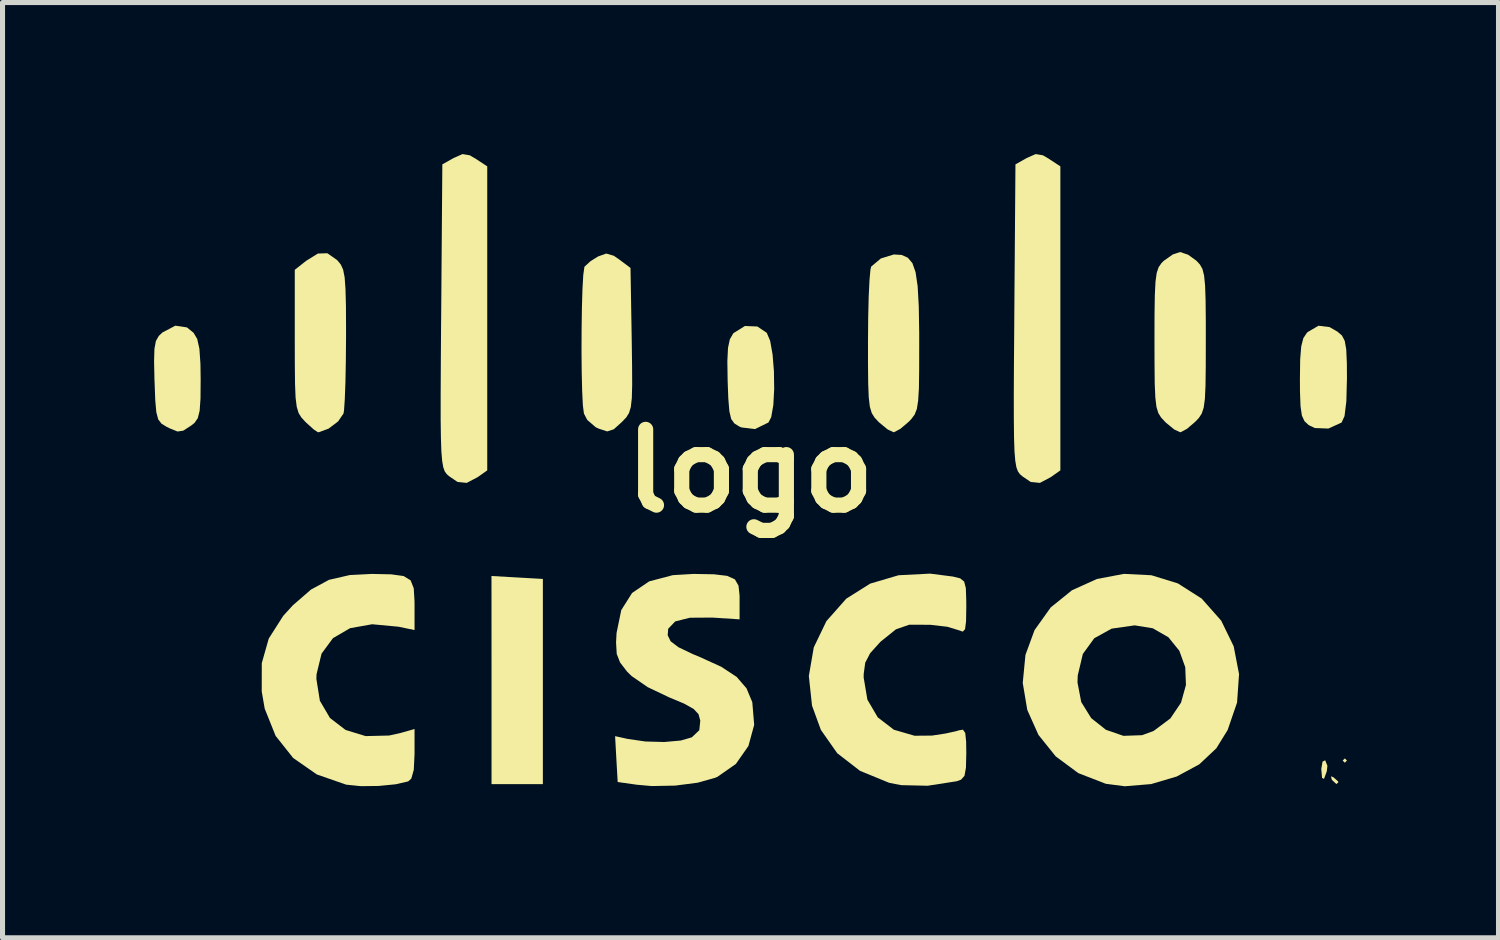
<source format=kicad_pcb>
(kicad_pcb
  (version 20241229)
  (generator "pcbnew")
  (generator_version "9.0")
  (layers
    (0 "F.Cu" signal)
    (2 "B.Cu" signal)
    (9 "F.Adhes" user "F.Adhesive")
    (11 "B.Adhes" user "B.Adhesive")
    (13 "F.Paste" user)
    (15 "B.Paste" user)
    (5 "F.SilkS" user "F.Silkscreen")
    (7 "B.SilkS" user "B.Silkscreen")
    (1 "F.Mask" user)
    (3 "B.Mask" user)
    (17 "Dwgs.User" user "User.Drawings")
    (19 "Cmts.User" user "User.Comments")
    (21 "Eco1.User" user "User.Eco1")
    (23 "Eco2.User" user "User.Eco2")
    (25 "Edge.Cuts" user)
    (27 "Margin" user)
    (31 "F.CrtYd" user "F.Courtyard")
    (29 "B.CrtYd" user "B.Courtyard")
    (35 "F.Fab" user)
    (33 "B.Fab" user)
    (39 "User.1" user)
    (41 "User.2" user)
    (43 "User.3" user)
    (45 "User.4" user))
  (footprint "logo"
    (layer "F.Cu")
    (at 11.802 6.271)
    (property "Reference" "logo" (at 0 0 0) (layer "F.SilkS") (effects (font (size 1.5 1.5) (thickness 0.3))))
    (attr board_only exclude_from_pos_files exclude_from_bom)
    (fp_poly (pts (xy 11.811 5.734) (xy 11.769 5.777) (xy 11.726 5.734) (xy 11.769 5.692)) (stroke (width 0) (type solid)) (fill yes) (layer "F.SilkS"))
    (fp_poly (pts (xy 11.544 6.066) (xy 11.634 6.145) (xy 11.642 6.164) (xy 11.601 6.199) (xy 11.518 6.121) (xy 11.507 6.103) (xy 11.497 6.045)) (stroke (width 0) (type solid)) (fill yes) (layer "F.SilkS"))
    (fp_poly (pts (xy -4.614 2.11) (xy -4.106 2.139) (xy -4.106 4.17) (xy -4.106 6.201) (xy -4.614 6.201) (xy -5.122 6.201) (xy -5.122 4.141) (xy -5.123 2.081)) (stroke (width 0) (type solid)) (fill yes) (layer "F.SilkS"))
    (fp_poly (pts (xy 11.424 5.839) (xy 11.412 5.947) (xy 11.357 6.096) (xy 11.318 6.079) (xy 11.303 5.899) (xy 11.303 5.899) (xy 11.328 5.755) (xy 11.38 5.729)) (stroke (width 0) (type solid)) (fill yes) (layer "F.SilkS"))
    (fp_poly (pts (xy -5.553 -6.247) (xy -5.428 -6.173) (xy -5.207 -6.028) (xy -5.207 -3.019) (xy -5.207 -0.01) (xy -5.395 0.123) (xy -5.613 0.238) (xy -5.795 0.219) (xy -5.962 0.106) (xy -6.009 0.064) (xy -6.048 0.01) (xy -6.077 -0.07) (xy -6.099 -0.196) (xy -6.115 -0.384) (xy -6.124 -0.652) (xy -6.129 -1.016) (xy -6.129 -1.495) (xy -6.126 -2.105) (xy -6.121 -2.864) (xy -6.119 -3.055) (xy -6.096 -6.067) (xy -5.873 -6.193) (xy -5.696 -6.271)) (stroke (width 0) (type solid)) (fill yes) (layer "F.SilkS"))
    (fp_poly (pts (xy 0.14 -2.858) (xy 0.326 -2.733) (xy 0.393 -2.575) (xy 0.441 -2.305) (xy 0.468 -1.971) (xy 0.473 -1.621) (xy 0.456 -1.302) (xy 0.414 -1.063) (xy 0.36 -0.958) (xy 0.092 -0.827) (xy -0.175 -0.86) (xy -0.221 -0.88) (xy -0.316 -0.94) (xy -0.378 -1.027) (xy -0.414 -1.178) (xy -0.435 -1.43) (xy -0.448 -1.776) (xy -0.454 -2.171) (xy -0.441 -2.435) (xy -0.405 -2.605) (xy -0.339 -2.718) (xy -0.329 -2.729) (xy -0.106 -2.868)) (stroke (width 0) (type solid)) (fill yes) (layer "F.SilkS"))
    (fp_poly (pts (xy 5.793 -6.247) (xy 5.917 -6.173) (xy 6.138 -6.028) (xy 6.138 -3.019) (xy 6.138 -0.01) (xy 5.95 0.123) (xy 5.733 0.238) (xy 5.55 0.219) (xy 5.384 0.106) (xy 5.336 0.064) (xy 5.298 0.01) (xy 5.268 -0.07) (xy 5.246 -0.196) (xy 5.23 -0.384) (xy 5.221 -0.652) (xy 5.217 -1.016) (xy 5.216 -1.495) (xy 5.219 -2.105) (xy 5.225 -2.864) (xy 5.226 -3.055) (xy 5.249 -6.067) (xy 5.472 -6.193) (xy 5.649 -6.271)) (stroke (width 0) (type solid)) (fill yes) (layer "F.SilkS"))
    (fp_poly (pts (xy 11.467 -2.846) (xy 11.623 -2.756) (xy 11.712 -2.679) (xy 11.767 -2.574) (xy 11.797 -2.404) (xy 11.809 -2.131) (xy 11.811 -1.832) (xy 11.799 -1.376) (xy 11.763 -1.085) (xy 11.705 -0.957) (xy 11.444 -0.838) (xy 11.174 -0.848) (xy 11.054 -0.906) (xy 10.971 -0.983) (xy 10.919 -1.094) (xy 10.892 -1.278) (xy 10.881 -1.573) (xy 10.88 -1.818) (xy 10.885 -2.208) (xy 10.906 -2.465) (xy 10.947 -2.626) (xy 11.016 -2.73) (xy 11.034 -2.748) (xy 11.247 -2.873)) (stroke (width 0) (type solid)) (fill yes) (layer "F.SilkS"))
    (fp_poly (pts (xy -11.151 -2.84) (xy -11.02 -2.733) (xy -10.948 -2.611) (xy -10.905 -2.417) (xy -10.884 -2.115) (xy -10.88 -1.803) (xy -10.883 -1.431) (xy -10.9 -1.19) (xy -10.937 -1.043) (xy -11.002 -0.949) (xy -11.068 -0.897) (xy -11.224 -0.796) (xy -11.338 -0.779) (xy -11.495 -0.843) (xy -11.557 -0.874) (xy -11.656 -0.935) (xy -11.72 -1.019) (xy -11.758 -1.163) (xy -11.779 -1.404) (xy -11.793 -1.778) (xy -11.794 -1.786) (xy -11.802 -2.166) (xy -11.795 -2.415) (xy -11.766 -2.571) (xy -11.709 -2.671) (xy -11.636 -2.74) (xy -11.381 -2.874)) (stroke (width 0) (type solid)) (fill yes) (layer "F.SilkS"))
    (fp_poly (pts (xy -2.701 -4.258) (xy -2.593 -4.183) (xy -2.371 -4.017) (xy -2.347 -2.601) (xy -2.34 -2.081) (xy -2.338 -1.703) (xy -2.345 -1.439) (xy -2.365 -1.262) (xy -2.401 -1.145) (xy -2.455 -1.059) (xy -2.532 -0.978) (xy -2.534 -0.975) (xy -2.703 -0.823) (xy -2.833 -0.781) (xy -3.001 -0.836) (xy -3.062 -0.865) (xy -3.228 -1.009) (xy -3.293 -1.135) (xy -3.314 -1.295) (xy -3.328 -1.578) (xy -3.337 -1.949) (xy -3.341 -2.372) (xy -3.339 -2.812) (xy -3.333 -3.234) (xy -3.322 -3.601) (xy -3.306 -3.878) (xy -3.285 -4.029) (xy -3.28 -4.044) (xy -3.161 -4.152) (xy -3.016 -4.243) (xy -2.851 -4.302)) (stroke (width 0) (type solid)) (fill yes) (layer "F.SilkS"))
    (fp_poly (pts (xy -8.182 -4.175) (xy -8.17 -4.163) (xy -8.106 -4.085) (xy -8.06 -3.984) (xy -8.03 -3.832) (xy -8.013 -3.6) (xy -8.004 -3.261) (xy -8.002 -2.786) (xy -8.002 -2.655) (xy -8.006 -2.182) (xy -8.014 -1.758) (xy -8.027 -1.418) (xy -8.042 -1.196) (xy -8.052 -1.136) (xy -8.159 -0.979) (xy -8.348 -0.836) (xy -8.541 -0.765) (xy -8.559 -0.765) (xy -8.641 -0.819) (xy -8.787 -0.951) (xy -8.809 -0.973) (xy -8.886 -1.056) (xy -8.941 -1.145) (xy -8.978 -1.267) (xy -9.001 -1.451) (xy -9.012 -1.725) (xy -9.016 -2.116) (xy -9.017 -2.581) (xy -9.017 -3.98) (xy -8.794 -4.156) (xy -8.56 -4.302) (xy -8.372 -4.308)) (stroke (width 0) (type solid)) (fill yes) (layer "F.SilkS"))
    (fp_poly (pts (xy 2.998 -4.274) (xy 3.119 -4.219) (xy 3.209 -4.112) (xy 3.272 -3.932) (xy 3.313 -3.655) (xy 3.335 -3.26) (xy 3.344 -2.726) (xy 3.344 -2.497) (xy 3.343 -1.996) (xy 3.338 -1.637) (xy 3.323 -1.39) (xy 3.297 -1.225) (xy 3.253 -1.114) (xy 3.189 -1.028) (xy 3.137 -0.973) (xy 2.971 -0.832) (xy 2.845 -0.765) (xy 2.836 -0.765) (xy 2.719 -0.82) (xy 2.555 -0.955) (xy 2.536 -0.973) (xy 2.459 -1.056) (xy 2.404 -1.145) (xy 2.367 -1.268) (xy 2.345 -1.453) (xy 2.334 -1.728) (xy 2.33 -2.122) (xy 2.33 -2.566) (xy 2.334 -3.038) (xy 2.344 -3.453) (xy 2.36 -3.779) (xy 2.379 -3.987) (xy 2.393 -4.044) (xy 2.585 -4.205) (xy 2.843 -4.284)) (stroke (width 0) (type solid)) (fill yes) (layer "F.SilkS"))
    (fp_poly (pts (xy 8.668 -4.278) (xy 8.832 -4.159) (xy 8.9 -4.086) (xy 8.95 -3.998) (xy 8.983 -3.867) (xy 9.003 -3.666) (xy 9.013 -3.367) (xy 9.017 -2.944) (xy 9.017 -2.584) (xy 9.016 -2.065) (xy 9.011 -1.689) (xy 8.999 -1.427) (xy 8.975 -1.251) (xy 8.936 -1.134) (xy 8.879 -1.047) (xy 8.809 -0.973) (xy 8.644 -0.832) (xy 8.518 -0.765) (xy 8.509 -0.765) (xy 8.391 -0.82) (xy 8.227 -0.955) (xy 8.209 -0.973) (xy 8.132 -1.056) (xy 8.077 -1.144) (xy 8.04 -1.267) (xy 8.018 -1.45) (xy 8.006 -1.724) (xy 8.002 -2.114) (xy 8.001 -2.584) (xy 8.002 -3.104) (xy 8.008 -3.482) (xy 8.021 -3.744) (xy 8.045 -3.918) (xy 8.083 -4.032) (xy 8.139 -4.112) (xy 8.186 -4.159) (xy 8.365 -4.285) (xy 8.509 -4.332)) (stroke (width 0) (type solid)) (fill yes) (layer "F.SilkS"))
    (fp_poly (pts (xy -7.108 2.048) (xy -6.862 2.082) (xy -6.724 2.167) (xy -6.662 2.323) (xy -6.647 2.573) (xy -6.646 2.647) (xy -6.646 3.151) (xy -6.964 3.085) (xy -7.485 3.036) (xy -7.922 3.114) (xy -8.261 3.311) (xy -8.487 3.618) (xy -8.586 4.026) (xy -8.589 4.12) (xy -8.52 4.551) (xy -8.32 4.892) (xy -8.011 5.129) (xy -7.614 5.25) (xy -7.15 5.239) (xy -6.921 5.188) (xy -6.646 5.109) (xy -6.646 5.604) (xy -6.661 5.917) (xy -6.71 6.091) (xy -6.772 6.147) (xy -7.02 6.204) (xy -7.359 6.237) (xy -7.709 6.241) (xy -7.993 6.212) (xy -8.001 6.211) (xy -8.581 6.009) (xy -9.049 5.683) (xy -9.396 5.246) (xy -9.612 4.707) (xy -9.671 4.366) (xy -9.67 3.806) (xy -9.532 3.319) (xy -9.245 2.869) (xy -9.056 2.662) (xy -8.697 2.35) (xy -8.34 2.157) (xy -7.927 2.062) (xy -7.493 2.04)) (stroke (width 0) (type solid)) (fill yes) (layer "F.SilkS"))
    (fp_poly (pts (xy 7.94 2.066) (xy 8.463 2.227) (xy 8.934 2.527) (xy 8.936 2.529) (xy 9.322 2.965) (xy 9.569 3.473) (xy 9.675 4.023) (xy 9.636 4.585) (xy 9.449 5.13) (xy 9.225 5.492) (xy 8.888 5.809) (xy 8.441 6.05) (xy 7.934 6.2) (xy 7.413 6.243) (xy 7.037 6.194) (xy 6.493 5.983) (xy 6.045 5.651) (xy 5.704 5.226) (xy 5.483 4.732) (xy 5.393 4.195) (xy 5.394 4.189) (xy 6.477 4.189) (xy 6.551 4.576) (xy 6.749 4.895) (xy 7.039 5.125) (xy 7.386 5.245) (xy 7.756 5.232) (xy 7.984 5.148) (xy 8.316 4.9) (xy 8.527 4.587) (xy 8.624 4.238) (xy 8.61 3.886) (xy 8.493 3.561) (xy 8.277 3.294) (xy 7.968 3.116) (xy 7.609 3.058) (xy 7.153 3.123) (xy 6.809 3.313) (xy 6.583 3.624) (xy 6.482 4.049) (xy 6.477 4.189) (xy 5.394 4.189) (xy 5.447 3.642) (xy 5.627 3.152) (xy 5.947 2.703) (xy 6.368 2.363) (xy 6.862 2.14) (xy 7.396 2.039)) (stroke (width 0) (type solid)) (fill yes) (layer "F.SilkS"))
    (fp_poly (pts (xy 4.011 2.092) (xy 4.154 2.127) (xy 4.233 2.19) (xy 4.267 2.321) (xy 4.275 2.565) (xy 4.276 2.69) (xy 4.271 2.981) (xy 4.251 3.135) (xy 4.206 3.182) (xy 4.128 3.155) (xy 3.901 3.086) (xy 3.564 3.047) (xy 3.172 3.045) (xy 3.144 3.046) (xy 2.884 3.136) (xy 2.584 3.377) (xy 2.572 3.388) (xy 2.373 3.609) (xy 2.275 3.797) (xy 2.245 4.021) (xy 2.244 4.089) (xy 2.318 4.529) (xy 2.524 4.88) (xy 2.842 5.124) (xy 3.251 5.243) (xy 3.597 5.24) (xy 3.865 5.199) (xy 4.079 5.152) (xy 4.128 5.136) (xy 4.21 5.123) (xy 4.255 5.188) (xy 4.273 5.363) (xy 4.276 5.588) (xy 4.269 5.875) (xy 4.24 6.036) (xy 4.172 6.113) (xy 4.085 6.144) (xy 3.51 6.233) (xy 2.985 6.221) (xy 2.747 6.174) (xy 2.172 5.938) (xy 1.721 5.589) (xy 1.397 5.127) (xy 1.222 4.647) (xy 1.159 4.06) (xy 1.257 3.493) (xy 1.507 2.974) (xy 1.899 2.531) (xy 1.901 2.529) (xy 2.373 2.232) (xy 2.935 2.066) (xy 3.561 2.034)) (stroke (width 0) (type solid)) (fill yes) (layer "F.SilkS"))
    (fp_poly (pts (xy -0.722 2.047) (xy -0.458 2.078) (xy -0.305 2.147) (xy -0.233 2.272) (xy -0.212 2.469) (xy -0.212 2.541) (xy -0.212 2.939) (xy -0.751 2.904) (xy -1.195 2.907) (xy -1.486 2.98) (xy -1.625 3.125) (xy -1.635 3.254) (xy -1.577 3.373) (xy -1.422 3.491) (xy -1.14 3.626) (xy -1.018 3.676) (xy -0.574 3.878) (xy -0.269 4.079) (xy -0.075 4.304) (xy 0.039 4.577) (xy 0.04 4.582) (xy 0.077 5.028) (xy -0.037 5.446) (xy -0.285 5.801) (xy -0.65 6.056) (xy -0.692 6.074) (xy -1.043 6.173) (xy -1.487 6.23) (xy -1.951 6.239) (xy -2.244 6.213) (xy -2.625 6.159) (xy -2.651 5.705) (xy -2.676 5.251) (xy -2.427 5.306) (xy -2.075 5.357) (xy -1.704 5.367) (xy -1.377 5.338) (xy -1.158 5.275) (xy -1.009 5.133) (xy -0.99 4.944) (xy -1.025 4.816) (xy -1.121 4.713) (xy -1.31 4.607) (xy -1.609 4.482) (xy -2.031 4.281) (xy -2.35 4.061) (xy -2.441 3.971) (xy -2.578 3.792) (xy -2.644 3.623) (xy -2.657 3.395) (xy -2.647 3.208) (xy -2.554 2.756) (xy -2.34 2.417) (xy -2.001 2.187) (xy -1.533 2.064) (xy -1.125 2.04)) (stroke (width 0) (type solid)) (fill yes) (layer "F.SilkS")))
  (gr_rect
    (start -3 -3)
    (end 26.613 15.514)
    (stroke (width 0.1) (type default))
    (fill no)
    (layer "Edge.Cuts")))
</source>
